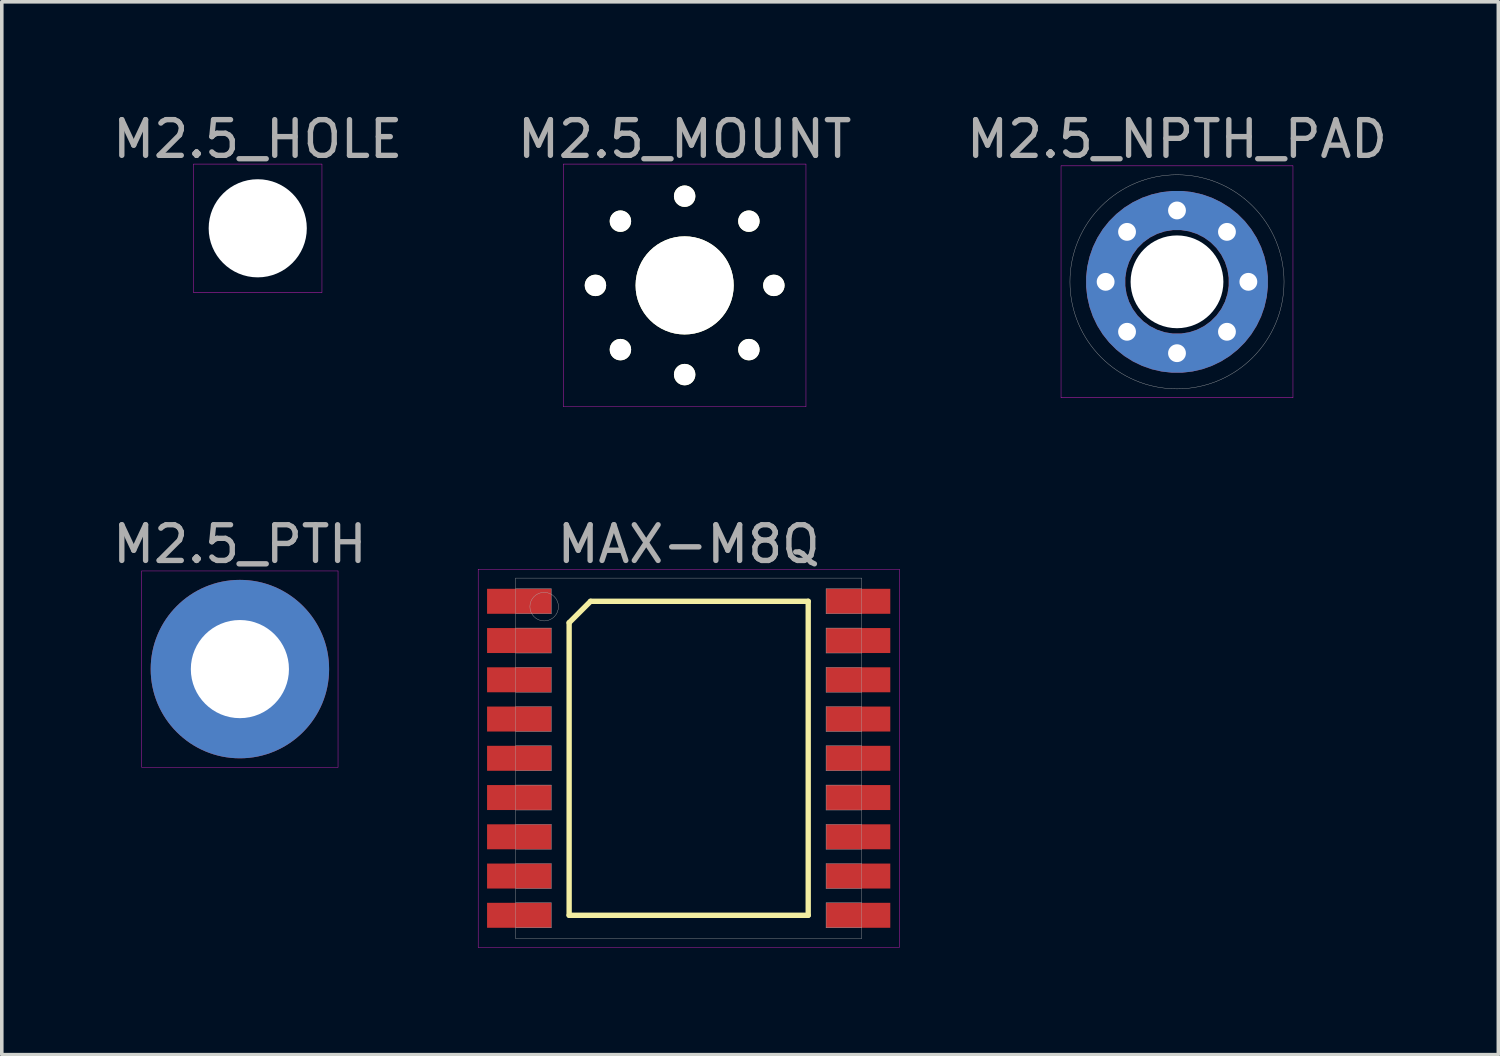
<source format=kicad_pcb>
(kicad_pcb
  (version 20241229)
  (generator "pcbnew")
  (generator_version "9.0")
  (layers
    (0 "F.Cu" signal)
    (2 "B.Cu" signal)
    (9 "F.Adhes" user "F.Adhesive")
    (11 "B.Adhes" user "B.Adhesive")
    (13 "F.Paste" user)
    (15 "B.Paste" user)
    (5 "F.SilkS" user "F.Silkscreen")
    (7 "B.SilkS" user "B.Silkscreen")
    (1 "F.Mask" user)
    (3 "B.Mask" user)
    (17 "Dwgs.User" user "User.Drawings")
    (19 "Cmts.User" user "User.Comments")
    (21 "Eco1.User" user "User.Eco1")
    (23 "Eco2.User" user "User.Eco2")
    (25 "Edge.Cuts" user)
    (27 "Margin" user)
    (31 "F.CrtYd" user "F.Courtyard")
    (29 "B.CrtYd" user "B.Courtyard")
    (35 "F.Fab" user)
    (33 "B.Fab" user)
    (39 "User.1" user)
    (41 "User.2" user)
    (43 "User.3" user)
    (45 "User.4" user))
  (footprint "MAX-M8Q"
    (layer "F.Cu")
    (at 16.25 18.201)
    (property "Reference" "MAX-M8Q" (at 0 -6 0) (layer "F.Fab") (effects (font (size 1 1) (thickness 0.15))))
    (attr through_hole)
    (fp_line (start -3.35 -3.8) (end -2.75 -4.4) (stroke (width 0.15) (type solid)) (layer "F.SilkS"))
    (fp_line (start -3.35 4.4) (end -3.35 -3.8) (stroke (width 0.15) (type solid)) (layer "F.SilkS"))
    (fp_line (start -2.75 -4.4) (end 3.35 -4.4) (stroke (width 0.15) (type solid)) (layer "F.SilkS"))
    (fp_line (start 3.35 -4.4) (end 3.35 4.4) (stroke (width 0.15) (type solid)) (layer "F.SilkS"))
    (fp_line (start 3.35 4.4) (end -3.35 4.4) (stroke (width 0.15) (type solid)) (layer "F.SilkS"))
    (fp_line (start -5.9 -5.3) (end 5.9 -5.3) (stroke (width 0.01) (type solid)) (layer "F.CrtYd"))
    (fp_line (start -5.9 5.3) (end -5.9 -5.3) (stroke (width 0.01) (type solid)) (layer "F.CrtYd"))
    (fp_line (start 5.9 -5.3) (end 5.9 5.3) (stroke (width 0.01) (type solid)) (layer "F.CrtYd"))
    (fp_line (start 5.9 5.3) (end -5.9 5.3) (stroke (width 0.01) (type solid)) (layer "F.CrtYd"))
    (fp_line (start -4.85 -5.05) (end 4.85 -5.05) (stroke (width 0.01) (type solid)) (layer "F.Fab"))
    (fp_line (start -4.85 -4.05) (end -3.85 -4.05) (stroke (width 0.01) (type solid)) (layer "F.Fab"))
    (fp_line (start -4.85 -2.95) (end -3.85 -2.95) (stroke (width 0.01) (type solid)) (layer "F.Fab"))
    (fp_line (start -4.85 -1.85) (end -3.85 -1.85) (stroke (width 0.01) (type solid)) (layer "F.Fab"))
    (fp_line (start -4.85 -0.75) (end -3.85 -0.75) (stroke (width 0.01) (type solid)) (layer "F.Fab"))
    (fp_line (start -4.85 0.35) (end -3.85 0.35) (stroke (width 0.01) (type solid)) (layer "F.Fab"))
    (fp_line (start -4.85 1.45) (end -3.85 1.45) (stroke (width 0.01) (type solid)) (layer "F.Fab"))
    (fp_line (start -4.85 2.55) (end -3.85 2.55) (stroke (width 0.01) (type solid)) (layer "F.Fab"))
    (fp_line (start -4.85 3.65) (end -3.85 3.65) (stroke (width 0.01) (type solid)) (layer "F.Fab"))
    (fp_line (start -4.85 4.75) (end -3.85 4.75) (stroke (width 0.01) (type solid)) (layer "F.Fab"))
    (fp_line (start -4.85 5.05) (end -4.85 -5.05) (stroke (width 0.01) (type solid)) (layer "F.Fab"))
    (fp_line (start -3.85 -4.75) (end -4.85 -4.75) (stroke (width 0.01) (type solid)) (layer "F.Fab"))
    (fp_line (start -3.85 -4.05) (end -3.85 -4.75) (stroke (width 0.01) (type solid)) (layer "F.Fab"))
    (fp_line (start -3.85 -3.65) (end -4.85 -3.65) (stroke (width 0.01) (type solid)) (layer "F.Fab"))
    (fp_line (start -3.85 -2.95) (end -3.85 -3.65) (stroke (width 0.01) (type solid)) (layer "F.Fab"))
    (fp_line (start -3.85 -2.55) (end -4.85 -2.55) (stroke (width 0.01) (type solid)) (layer "F.Fab"))
    (fp_line (start -3.85 -1.85) (end -3.85 -2.55) (stroke (width 0.01) (type solid)) (layer "F.Fab"))
    (fp_line (start -3.85 -1.45) (end -4.85 -1.45) (stroke (width 0.01) (type solid)) (layer "F.Fab"))
    (fp_line (start -3.85 -0.75) (end -3.85 -1.45) (stroke (width 0.01) (type solid)) (layer "F.Fab"))
    (fp_line (start -3.85 -0.35) (end -4.85 -0.35) (stroke (width 0.01) (type solid)) (layer "F.Fab"))
    (fp_line (start -3.85 0.35) (end -3.85 -0.35) (stroke (width 0.01) (type solid)) (layer "F.Fab"))
    (fp_line (start -3.85 0.75) (end -4.85 0.75) (stroke (width 0.01) (type solid)) (layer "F.Fab"))
    (fp_line (start -3.85 1.45) (end -3.85 0.75) (stroke (width 0.01) (type solid)) (layer "F.Fab"))
    (fp_line (start -3.85 1.85) (end -4.85 1.85) (stroke (width 0.01) (type solid)) (layer "F.Fab"))
    (fp_line (start -3.85 2.55) (end -3.85 1.85) (stroke (width 0.01) (type solid)) (layer "F.Fab"))
    (fp_line (start -3.85 2.95) (end -4.85 2.95) (stroke (width 0.01) (type solid)) (layer "F.Fab"))
    (fp_line (start -3.85 3.65) (end -3.85 2.95) (stroke (width 0.01) (type solid)) (layer "F.Fab"))
    (fp_line (start -3.85 4.05) (end -4.85 4.05) (stroke (width 0.01) (type solid)) (layer "F.Fab"))
    (fp_line (start -3.85 4.75) (end -3.85 4.05) (stroke (width 0.01) (type solid)) (layer "F.Fab"))
    (fp_line (start 3.85 -4.75) (end 3.85 -4.05) (stroke (width 0.01) (type solid)) (layer "F.Fab"))
    (fp_line (start 3.85 -4.05) (end 4.85 -4.05) (stroke (width 0.01) (type solid)) (layer "F.Fab"))
    (fp_line (start 3.85 -3.65) (end 3.85 -2.95) (stroke (width 0.01) (type solid)) (layer "F.Fab"))
    (fp_line (start 3.85 -2.95) (end 4.85 -2.95) (stroke (width 0.01) (type solid)) (layer "F.Fab"))
    (fp_line (start 3.85 -2.55) (end 3.85 -1.85) (stroke (width 0.01) (type solid)) (layer "F.Fab"))
    (fp_line (start 3.85 -1.85) (end 4.85 -1.85) (stroke (width 0.01) (type solid)) (layer "F.Fab"))
    (fp_line (start 3.85 -1.45) (end 3.85 -0.75) (stroke (width 0.01) (type solid)) (layer "F.Fab"))
    (fp_line (start 3.85 -0.75) (end 4.85 -0.75) (stroke (width 0.01) (type solid)) (layer "F.Fab"))
    (fp_line (start 3.85 -0.35) (end 3.85 0.35) (stroke (width 0.01) (type solid)) (layer "F.Fab"))
    (fp_line (start 3.85 0.35) (end 4.85 0.35) (stroke (width 0.01) (type solid)) (layer "F.Fab"))
    (fp_line (start 3.85 0.75) (end 3.85 1.45) (stroke (width 0.01) (type solid)) (layer "F.Fab"))
    (fp_line (start 3.85 1.45) (end 4.85 1.45) (stroke (width 0.01) (type solid)) (layer "F.Fab"))
    (fp_line (start 3.85 1.85) (end 3.85 2.55) (stroke (width 0.01) (type solid)) (layer "F.Fab"))
    (fp_line (start 3.85 2.55) (end 4.85 2.55) (stroke (width 0.01) (type solid)) (layer "F.Fab"))
    (fp_line (start 3.85 2.95) (end 3.85 3.65) (stroke (width 0.01) (type solid)) (layer "F.Fab"))
    (fp_line (start 3.85 3.65) (end 4.85 3.65) (stroke (width 0.01) (type solid)) (layer "F.Fab"))
    (fp_line (start 3.85 4.05) (end 3.85 4.75) (stroke (width 0.01) (type solid)) (layer "F.Fab"))
    (fp_line (start 3.85 4.75) (end 4.85 4.75) (stroke (width 0.01) (type solid)) (layer "F.Fab"))
    (fp_line (start 4.85 -5.05) (end 4.85 5.05) (stroke (width 0.01) (type solid)) (layer "F.Fab"))
    (fp_line (start 4.85 -4.75) (end 3.85 -4.75) (stroke (width 0.01) (type solid)) (layer "F.Fab"))
    (fp_line (start 4.85 -3.65) (end 3.85 -3.65) (stroke (width 0.01) (type solid)) (layer "F.Fab"))
    (fp_line (start 4.85 -2.55) (end 3.85 -2.55) (stroke (width 0.01) (type solid)) (layer "F.Fab"))
    (fp_line (start 4.85 -1.45) (end 3.85 -1.45) (stroke (width 0.01) (type solid)) (layer "F.Fab"))
    (fp_line (start 4.85 -0.35) (end 3.85 -0.35) (stroke (width 0.01) (type solid)) (layer "F.Fab"))
    (fp_line (start 4.85 0.75) (end 3.85 0.75) (stroke (width 0.01) (type solid)) (layer "F.Fab"))
    (fp_line (start 4.85 1.85) (end 3.85 1.85) (stroke (width 0.01) (type solid)) (layer "F.Fab"))
    (fp_line (start 4.85 2.95) (end 3.85 2.95) (stroke (width 0.01) (type solid)) (layer "F.Fab"))
    (fp_line (start 4.85 4.05) (end 3.85 4.05) (stroke (width 0.01) (type solid)) (layer "F.Fab"))
    (fp_line (start 4.85 5.05) (end -4.85 5.05) (stroke (width 0.01) (type solid)) (layer "F.Fab"))
    (fp_circle (center -4.05 -4.25) (end -4.05 -3.85) (stroke (width 0.01) (type solid)) (fill no) (layer "F.Fab"))
    (pad "1" smd rect (at -4.75 -4.4) (size 1.8 0.7) (layers "F.Cu" "F.Mask" "F.Paste"))
    (pad "2" smd rect (at -4.75 -3.3) (size 1.8 0.7) (layers "F.Cu" "F.Mask" "F.Paste"))
    (pad "3" smd rect (at -4.75 -2.2) (size 1.8 0.7) (layers "F.Cu" "F.Mask" "F.Paste"))
    (pad "4" smd rect (at -4.75 -1.1) (size 1.8 0.7) (layers "F.Cu" "F.Mask" "F.Paste"))
    (pad "5" smd rect (at -4.75 0) (size 1.8 0.7) (layers "F.Cu" "F.Mask" "F.Paste"))
    (pad "6" smd rect (at -4.75 1.1) (size 1.8 0.7) (layers "F.Cu" "F.Mask" "F.Paste"))
    (pad "7" smd rect (at -4.75 2.2) (size 1.8 0.7) (layers "F.Cu" "F.Mask" "F.Paste"))
    (pad "8" smd rect (at -4.75 3.3) (size 1.8 0.7) (layers "F.Cu" "F.Mask" "F.Paste"))
    (pad "9" smd rect (at -4.75 4.4) (size 1.8 0.7) (layers "F.Cu" "F.Mask" "F.Paste"))
    (pad "10" smd rect (at 4.75 4.4) (size 1.8 0.7) (layers "F.Cu" "F.Mask" "F.Paste"))
    (pad "11" smd rect (at 4.75 3.3) (size 1.8 0.7) (layers "F.Cu" "F.Mask" "F.Paste"))
    (pad "12" smd rect (at 4.75 2.2) (size 1.8 0.7) (layers "F.Cu" "F.Mask" "F.Paste"))
    (pad "13" smd rect (at 4.75 1.1) (size 1.8 0.7) (layers "F.Cu" "F.Mask" "F.Paste"))
    (pad "14" smd rect (at 4.75 0) (size 1.8 0.7) (layers "F.Cu" "F.Mask" "F.Paste"))
    (pad "15" smd rect (at 4.75 -1.1) (size 1.8 0.7) (layers "F.Cu" "F.Mask" "F.Paste"))
    (pad "16" smd rect (at 4.75 -2.2) (size 1.8 0.7) (layers "F.Cu" "F.Mask" "F.Paste"))
    (pad "17" smd rect (at 4.75 -3.3) (size 1.8 0.7) (layers "F.Cu" "F.Mask" "F.Paste"))
    (pad "18" smd rect (at 4.75 -4.4) (size 1.8 0.7) (layers "F.Cu" "F.Mask" "F.Paste")))
  (footprint "M2.5_NPTH_PAD"
    (layer "F.Cu")
    (at 29.935 4.848)
    (property "Reference" "M2.5_NPTH_PAD" (at 0 -4 0) (layer "F.Fab") (effects (font (size 1 1) (thickness 0.15))))
    (attr through_hole)
    (fp_line (start -3.25 -3.25) (end 3.25 -3.25) (stroke (width 0.01) (type solid)) (layer "F.CrtYd"))
    (fp_line (start -3.25 3.25) (end -3.25 -3.25) (stroke (width 0.01) (type solid)) (layer "F.CrtYd"))
    (fp_line (start 3.25 -3.25) (end 3.25 3.25) (stroke (width 0.01) (type solid)) (layer "F.CrtYd"))
    (fp_line (start 3.25 3.25) (end -3.25 3.25) (stroke (width 0.01) (type solid)) (layer "F.CrtYd"))
    (fp_circle (center 0 0) (end 3 0) (stroke (width 0.01) (type solid)) (fill no) (layer "F.Fab"))
    (pad "" np_thru_hole circle (at 0 0) (size 2.6 2.6) (drill 2.6) (layers "*.Cu" "*.Mask"))
    (pad "" smd circle (at 0 0) (size 2.9 2.9) (layers "F.Mask"))
    (pad "" smd circle (at 0 0) (size 2.9 2.9) (layers "B.Mask"))
    (pad "1" thru_hole circle (at -2 0) (size 0.8 0.8) (drill 0.5) (layers "*.Cu" "*.Mask"))
    (pad "1" thru_hole circle (at -1.4 -1.4) (size 0.8 0.8) (drill 0.5) (layers "*.Cu" "*.Mask"))
    (pad "1" thru_hole circle (at -1.4 1.4) (size 0.8 0.8) (drill 0.5) (layers "*.Cu" "*.Mask"))
    (pad "1" thru_hole circle (at 0 -2) (size 0.8 0.8) (drill 0.5) (layers "*.Cu" "*.Mask"))
    (pad "1" smd custom (at 0 2) (size 0.1 0.1) (layers "F.Cu" "F.Mask") (options (anchor circle)) (primitives (gr_circle (center 0 -2) (end 2 -2) (width 1.1) (fill no))))
    (pad "1" smd custom (at 0 2) (size 0.1 0.1) (layers "B.Cu" "B.Mask") (options (anchor circle)) (primitives (gr_circle (center 0 -2) (end 2 -2) (width 1.1) (fill no))))
    (pad "1" thru_hole circle (at 0 2) (size 0.8 0.8) (drill 0.5) (layers "*.Cu" "*.Mask"))
    (pad "1" thru_hole circle (at 1.4 -1.4) (size 0.8 0.8) (drill 0.5) (layers "*.Cu" "*.Mask"))
    (pad "1" thru_hole circle (at 1.4 1.4) (size 0.8 0.8) (drill 0.5) (layers "*.Cu" "*.Mask"))
    (pad "1" thru_hole circle (at 2 0) (size 0.8 0.8) (drill 0.5) (layers "*.Cu" "*.Mask")))
  (footprint "M2.5_MOUNT"
    (layer "F.Cu")
    (at 16.137 4.948)
    (property "Reference" "M2.5_MOUNT" (at 0 -4.1 0) (layer "F.Fab") (effects (font (size 1 1) (thickness 0.15))))
    (attr through_hole)
    (fp_line (start -3.4 -3.4) (end 3.4 -3.4) (stroke (width 0.01) (type solid)) (layer "F.CrtYd"))
    (fp_line (start -3.4 3.4) (end -3.4 -3.4) (stroke (width 0.01) (type solid)) (layer "F.CrtYd"))
    (fp_line (start 3.4 -3.4) (end 3.4 3.4) (stroke (width 0.01) (type solid)) (layer "F.CrtYd"))
    (fp_line (start 3.4 3.4) (end -3.4 3.4) (stroke (width 0.01) (type solid)) (layer "F.CrtYd"))
    (pad "" np_thru_hole circle (at -2.5 0) (size 0.6 0.6) (drill 0.6) (layers "*.Cu" "*.Mask" "F.SilkS"))
    (pad "" np_thru_hole circle (at -1.8 -1.8) (size 0.6 0.6) (drill 0.6) (layers "*.Cu" "*.Mask" "F.SilkS"))
    (pad "" np_thru_hole circle (at -1.8 1.8) (size 0.6 0.6) (drill 0.6) (layers "*.Cu" "*.Mask" "F.SilkS"))
    (pad "" np_thru_hole circle (at 0 -2.5) (size 0.6 0.6) (drill 0.6) (layers "*.Cu" "*.Mask" "F.SilkS"))
    (pad "" np_thru_hole circle (at 0 0) (size 2.75 2.75) (drill 2.75) (layers "*.Cu" "*.Mask" "F.SilkS"))
    (pad "" np_thru_hole circle (at 0 2.5) (size 0.6 0.6) (drill 0.6) (layers "*.Cu" "*.Mask" "F.SilkS"))
    (pad "" np_thru_hole circle (at 1.8 -1.8) (size 0.6 0.6) (drill 0.6) (layers "*.Cu" "*.Mask" "F.SilkS"))
    (pad "" np_thru_hole circle (at 1.8 1.8) (size 0.6 0.6) (drill 0.6) (layers "*.Cu" "*.Mask" "F.SilkS"))
    (pad "" np_thru_hole circle (at 2.5 0) (size 0.6 0.6) (drill 0.6) (layers "*.Cu" "*.Mask" "F.SilkS")))
  (footprint "M2.5_PTH"
    (layer "F.Cu")
    (at 3.673 15.701)
    (property "Reference" "M2.5_PTH" (at 0 -3.5 0) (layer "F.Fab") (effects (font (size 1 1) (thickness 0.15))))
    (attr through_hole)
    (fp_line (start -2.75 -2.75) (end 2.75 -2.75) (stroke (width 0.01) (type solid)) (layer "F.CrtYd"))
    (fp_line (start -2.75 2.75) (end -2.75 -2.75) (stroke (width 0.01) (type solid)) (layer "F.CrtYd"))
    (fp_line (start 2.75 -2.75) (end 2.75 2.75) (stroke (width 0.01) (type solid)) (layer "F.CrtYd"))
    (fp_line (start 2.75 2.75) (end -2.75 2.75) (stroke (width 0.01) (type solid)) (layer "F.CrtYd"))
    (pad "" thru_hole circle (at 0 0) (size 5 5) (drill 2.75) (layers "*.Cu" "*.Mask")))
  (footprint "M2.5_HOLE"
    (layer "F.Cu")
    (at 4.173 3.348)
    (property "Reference" "M2.5_HOLE" (at 0 -2.5 0) (layer "F.Fab") (effects (font (size 1 1) (thickness 0.15))))
    (attr through_hole)
    (fp_line (start -1.8 -1.8) (end 1.8 -1.8) (stroke (width 0.01) (type solid)) (layer "F.CrtYd"))
    (fp_line (start -1.8 1.8) (end -1.8 -1.8) (stroke (width 0.01) (type solid)) (layer "F.CrtYd"))
    (fp_line (start 1.8 -1.8) (end 1.8 1.8) (stroke (width 0.01) (type solid)) (layer "F.CrtYd"))
    (fp_line (start 1.8 1.8) (end -1.8 1.8) (stroke (width 0.01) (type solid)) (layer "F.CrtYd"))
    (pad "" np_thru_hole circle (at 0 0) (size 2.75 2.75) (drill 2.75) (layers "*.Cu" "F.Mask")))
  (gr_rect
    (start -3 -3)
    (end 38.94 26.506)
    (stroke (width 0.1) (type default))
    (fill no)
    (layer "Edge.Cuts")))
</source>
